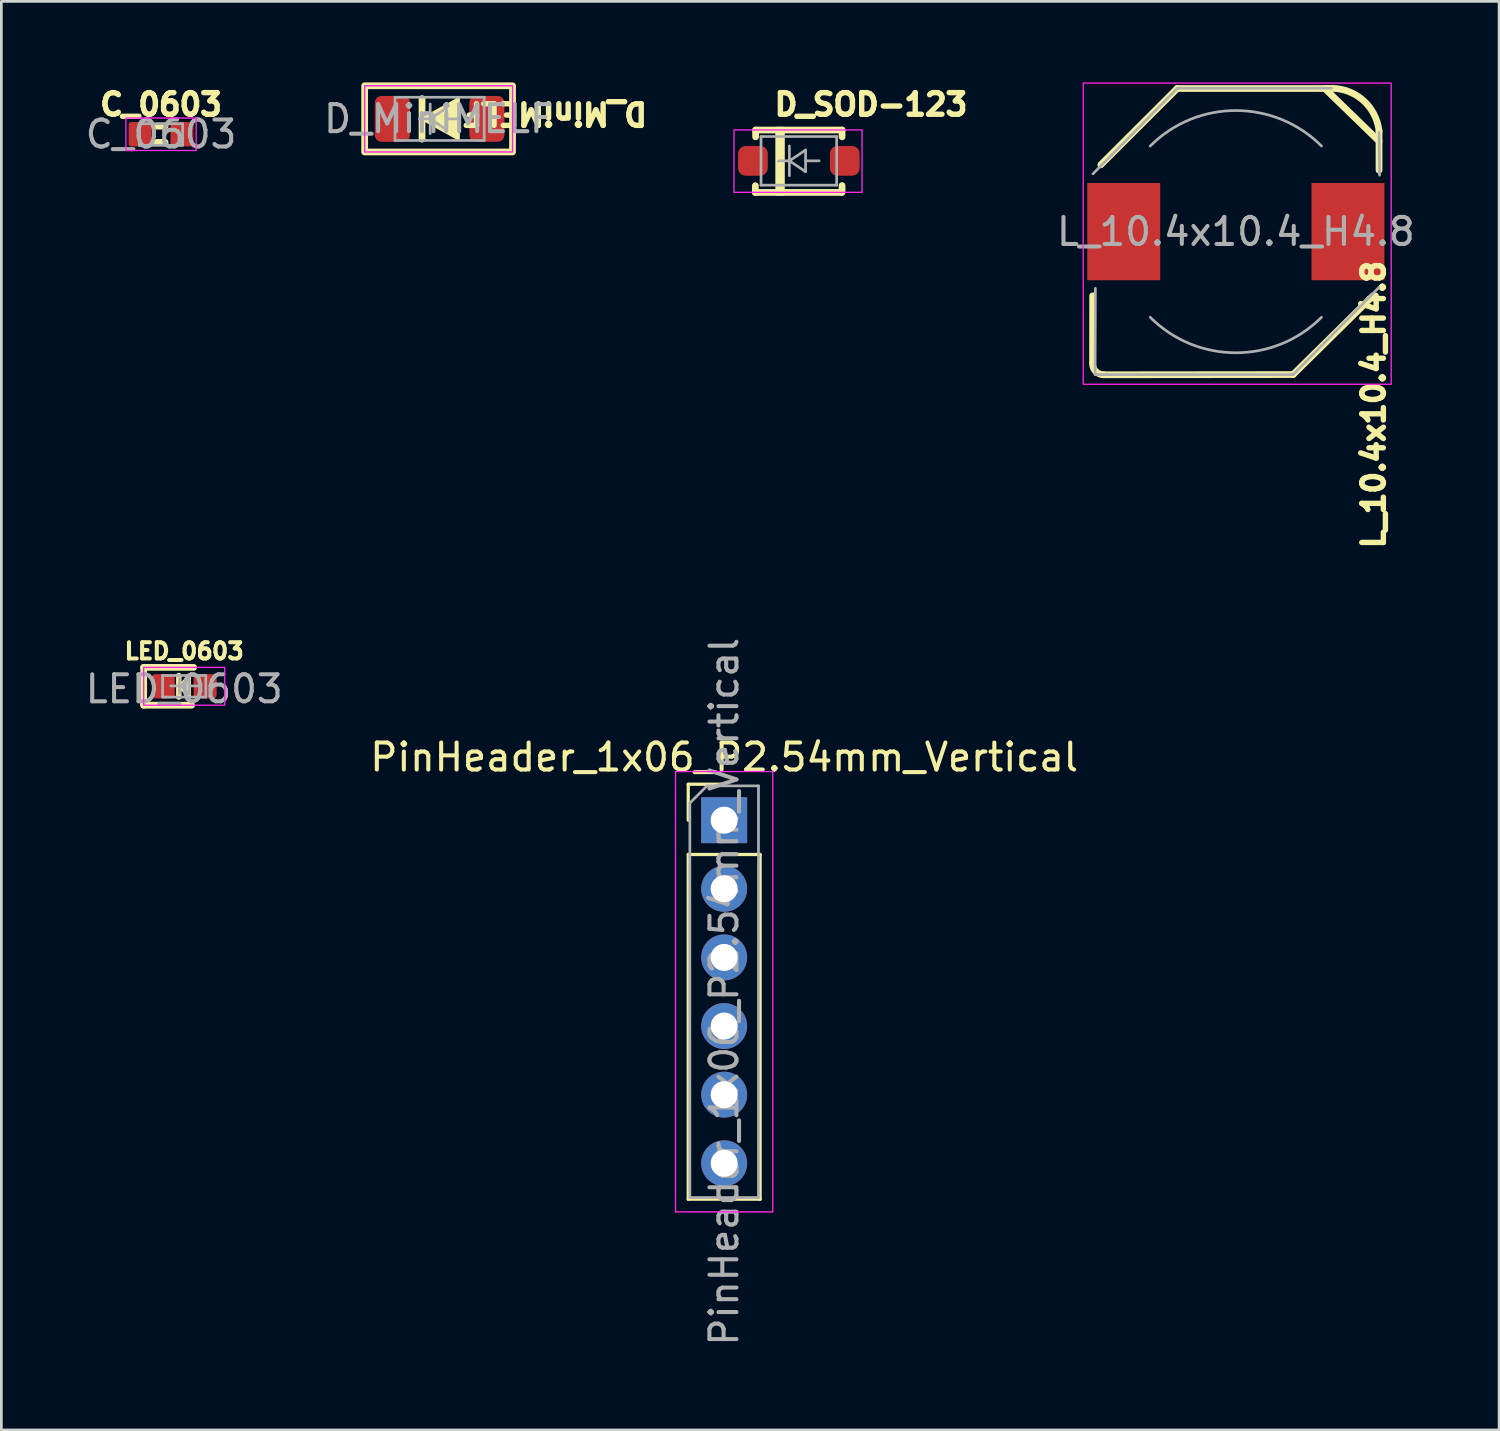
<source format=kicad_pcb>
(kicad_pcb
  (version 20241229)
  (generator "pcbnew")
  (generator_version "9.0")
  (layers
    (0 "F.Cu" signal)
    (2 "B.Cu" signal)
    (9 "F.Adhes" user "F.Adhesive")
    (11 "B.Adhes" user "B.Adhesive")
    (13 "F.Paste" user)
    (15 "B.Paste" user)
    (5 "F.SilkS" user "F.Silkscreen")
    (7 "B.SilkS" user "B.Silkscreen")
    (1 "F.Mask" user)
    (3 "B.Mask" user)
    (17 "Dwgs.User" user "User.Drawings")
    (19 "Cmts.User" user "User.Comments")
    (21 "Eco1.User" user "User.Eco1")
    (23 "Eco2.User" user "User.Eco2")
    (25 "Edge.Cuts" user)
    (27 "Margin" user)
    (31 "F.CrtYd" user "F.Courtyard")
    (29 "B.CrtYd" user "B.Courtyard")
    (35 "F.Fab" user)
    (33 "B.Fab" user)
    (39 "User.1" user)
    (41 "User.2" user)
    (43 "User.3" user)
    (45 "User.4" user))
  (footprint "PinHeader_1x06_P2.54mm_Vertical"
    (layer "F.Cu")
    (at 23.756 27.31)
    (property "Reference" "PinHeader_1x06_P2.54mm_Vertical" (at 0 -2.33 0) (layer "F.SilkS") (effects (font (size 1 1) (thickness 0.15))))
    (attr through_hole)
    (fp_line (start -1.33 -1.33) (end 0 -1.33) (stroke (width 0.12) (type solid)) (layer "F.SilkS"))
    (fp_line (start -1.33 0) (end -1.33 -1.33) (stroke (width 0.12) (type solid)) (layer "F.SilkS"))
    (fp_line (start -1.33 1.27) (end -1.33 14.03) (stroke (width 0.12) (type solid)) (layer "F.SilkS"))
    (fp_line (start -1.33 1.27) (end 1.33 1.27) (stroke (width 0.12) (type solid)) (layer "F.SilkS"))
    (fp_line (start -1.33 14.03) (end 1.33 14.03) (stroke (width 0.12) (type solid)) (layer "F.SilkS"))
    (fp_line (start 1.33 1.27) (end 1.33 14.03) (stroke (width 0.12) (type solid)) (layer "F.SilkS"))
    (fp_line (start -1.8 -1.8) (end -1.8 14.5) (stroke (width 0.05) (type solid)) (layer "F.CrtYd"))
    (fp_line (start -1.8 14.5) (end 1.8 14.5) (stroke (width 0.05) (type solid)) (layer "F.CrtYd"))
    (fp_line (start 1.8 -1.8) (end -1.8 -1.8) (stroke (width 0.05) (type solid)) (layer "F.CrtYd"))
    (fp_line (start 1.8 14.5) (end 1.8 -1.8) (stroke (width 0.05) (type solid)) (layer "F.CrtYd"))
    (fp_line (start -1.27 -0.635) (end -0.635 -1.27) (stroke (width 0.1) (type solid)) (layer "F.Fab"))
    (fp_line (start -1.27 13.97) (end -1.27 -0.635) (stroke (width 0.1) (type solid)) (layer "F.Fab"))
    (fp_line (start -0.635 -1.27) (end 1.27 -1.27) (stroke (width 0.1) (type solid)) (layer "F.Fab"))
    (fp_line (start 1.27 -1.27) (end 1.27 13.97) (stroke (width 0.1) (type solid)) (layer "F.Fab"))
    (fp_line (start 1.27 13.97) (end -1.27 13.97) (stroke (width 0.1) (type solid)) (layer "F.Fab"))
    (fp_text user "${REFERENCE}" (at 0 6.35 90) (layer "F.Fab") (effects (font (size 1 1) (thickness 0.15))))
    (pad "1" thru_hole rect (at 0 0) (size 1.7 1.7) (drill 1) (layers "*.Cu" "*.Mask"))
    (pad "2" thru_hole oval (at 0 2.54) (size 1.7 1.7) (drill 1) (layers "*.Cu" "*.Mask"))
    (pad "3" thru_hole oval (at 0 5.08) (size 1.7 1.7) (drill 1) (layers "*.Cu" "*.Mask"))
    (pad "4" thru_hole oval (at 0 7.62) (size 1.7 1.7) (drill 1) (layers "*.Cu" "*.Mask"))
    (pad "5" thru_hole oval (at 0 10.16) (size 1.7 1.7) (drill 1) (layers "*.Cu" "*.Mask"))
    (pad "6" thru_hole oval (at 0 12.7) (size 1.7 1.7) (drill 1) (layers "*.Cu" "*.Mask")))
  (footprint "D_MiniMELF"
    (layer "F.Cu")
    (at 13.185 1.35)
    (property "Reference" "D_MiniMELF" (at 4.3 -0.2 180) (unlocked yes) (layer "F.SilkS") (effects (font (size 0.8 0.8) (thickness 0.2) (bold yes))))
    (attr smd)
    (fp_line (start -0.613 -0.75) (end -0.613 0.75) (stroke (width 0.25) (type default)) (layer "F.SilkS"))
    (fp_rect (start -2.737 -1.225) (end 2.737 1.225) (stroke (width 0.25) (type default)) (fill no) (layer "F.SilkS"))
    (fp_poly (pts (xy -0.613 0) (xy 0.738 -0.75) (xy 0.738 0.75)) (stroke (width 0.1) (type solid)) (fill yes) (layer "F.SilkS"))
    (fp_rect (start -2.737 -1.225) (end 2.737 1.225) (stroke (width 0.05) (type default)) (fill no) (layer "F.CrtYd"))
    (fp_line (start -1.613 -0.8) (end 1.688 -0.8) (stroke (width 0.1) (type solid)) (layer "F.Fab"))
    (fp_line (start -1.613 0.8) (end -1.613 -0.8) (stroke (width 0.1) (type solid)) (layer "F.Fab"))
    (fp_line (start -0.713 0) (end -0.312 0) (stroke (width 0.1) (type solid)) (layer "F.Fab"))
    (fp_line (start -0.312 0) (end -0.312 -0.55) (stroke (width 0.1) (type solid)) (layer "F.Fab"))
    (fp_line (start -0.312 0) (end -0.312 0.55) (stroke (width 0.1) (type solid)) (layer "F.Fab"))
    (fp_line (start -0.312 0) (end 0.287 -0.4) (stroke (width 0.1) (type solid)) (layer "F.Fab"))
    (fp_line (start 0.287 -0.4) (end 0.287 0.4) (stroke (width 0.1) (type solid)) (layer "F.Fab"))
    (fp_line (start 0.287 0) (end 0.787 0) (stroke (width 0.1) (type solid)) (layer "F.Fab"))
    (fp_line (start 0.287 0.4) (end -0.312 0) (stroke (width 0.1) (type solid)) (layer "F.Fab"))
    (fp_line (start 1.688 -0.8) (end 1.688 0.8) (stroke (width 0.1) (type solid)) (layer "F.Fab"))
    (fp_line (start 1.688 0.8) (end -1.613 0.8) (stroke (width 0.1) (type solid)) (layer "F.Fab"))
    (fp_text user "${REFERENCE}" (at 0 0 0) (unlocked yes) (layer "F.Fab") (effects (font (size 1 1) (thickness 0.15))))
    (pad "1" smd roundrect (at 1.788 0) (size 1.3 1.7) (layers "F.Cu" "F.Mask" "F.Paste") (roundrect_rratio 0.192))
    (pad "2" smd roundrect (at -1.712 0) (size 1.3 1.7) (layers "F.Cu" "F.Mask" "F.Paste") (roundrect_rratio 0.192)))
  (footprint "L_10.4x10.4_H4.8"
    (layer "F.Cu")
    (at 42.697 5.525)
    (property "Reference" "L_10.4x10.4_H4.8" (at 5.1 6.4 270) (layer "F.SilkS") (effects (font (size 0.8 0.8) (thickness 0.2) (bold yes))))
    (attr smd)
    (fp_line (start -5.304 4.858) (end -5.3 2.375) (stroke (width 0.25) (type solid)) (layer "F.SilkS"))
    (fp_line (start -5 -2.475) (end -2.17 -5.3) (stroke (width 0.25) (type solid)) (layer "F.SilkS"))
    (fp_line (start -2.17 -5.3) (end 3.4 -5.3) (stroke (width 0.25) (type solid)) (layer "F.SilkS"))
    (fp_line (start 2.12 5.29) (end -4.884 5.298) (stroke (width 0.25) (type solid)) (layer "F.SilkS"))
    (fp_line (start 5.075 2.375) (end 2.12 5.29) (stroke (width 0.25) (type solid)) (layer "F.SilkS"))
    (fp_line (start 5.3 -3.72) (end 5.3 -2.275) (stroke (width 0.25) (type solid)) (layer "F.SilkS"))
    (fp_line (start 5.3 -3.35) (end 3.29 -5.3) (stroke (width 0.25) (type solid)) (layer "F.SilkS"))
    (fp_arc (start -4.883987 5.298352) (mid -5.189989 5.16999) (end -5.303987 4.858352) (stroke (width 0.25) (type solid)) (layer "F.SilkS"))
    (fp_arc (start 3.4 -5.3) (mid 4.671188 -4.896237) (end 5.3 -3.72) (stroke (width 0.25) (type solid)) (layer "F.SilkS"))
    (fp_rect (start -5.65 -5.5) (end 5.75 5.65) (stroke (width 0.05) (type solid)) (fill no) (layer "F.CrtYd"))
    (fp_line (start -5.21 5.29) (end -5.2 2.1) (stroke (width 0.1) (type solid)) (layer "F.Fab"))
    (fp_line (start -5.21 5.29) (end 2.12 5.29) (stroke (width 0.1) (type solid)) (layer "F.Fab"))
    (fp_line (start -2.16 -5.31) (end -5.29 -2.14) (stroke (width 0.1) (type solid)) (layer "F.Fab"))
    (fp_line (start -2.16 -5.31) (end 3.54 -5.31) (stroke (width 0.1) (type solid)) (layer "F.Fab"))
    (fp_line (start 2.12 5.29) (end 5.29 2.07) (stroke (width 0.1) (type solid)) (layer "F.Fab"))
    (fp_line (start 5.3 -3.68) (end 5.32 -2.09) (stroke (width 0.1) (type solid)) (layer "F.Fab"))
    (fp_arc (start -3.17 -3.17) (mid 0 -4.483057) (end 3.17 -3.17) (stroke (width 0.1) (type solid)) (layer "F.Fab"))
    (fp_arc (start 3.17 3.17) (mid 0 4.483057) (end -3.17 3.17) (stroke (width 0.1) (type solid)) (layer "F.Fab"))
    (fp_text user "${REFERENCE}" (at 0 0 180) (layer "F.Fab") (effects (font (size 1 1) (thickness 0.15))))
    (pad "1" smd rect (at -4.15 0) (size 2.7 3.6) (layers "F.Cu" "F.Mask" "F.Paste"))
    (pad "2" smd rect (at 4.15 0) (size 2.7 3.6) (layers "F.Cu" "F.Mask" "F.Paste")))
  (footprint "LED_0603"
    (layer "F.Cu")
    (at 3.768 22.354)
    (property "Reference" "LED_0603" (at 0 -1.3 0) (unlocked yes) (layer "F.SilkS") (effects (font (size 0.6 0.6) (thickness 0.15) (bold yes))))
    (attr smd)
    (fp_line (start -1.5 -0.7) (end -1.5 0.7) (stroke (width 0.25) (type default)) (layer "F.SilkS"))
    (fp_line (start -1.5 -0.7) (end 0.35 -0.7) (stroke (width 0.25) (type default)) (layer "F.SilkS"))
    (fp_line (start -1.5 0.7) (end 0.275 0.7) (stroke (width 0.25) (type default)) (layer "F.SilkS"))
    (fp_line (start -0.2 -0.4) (end -0.2 0.4) (stroke (width 0.2) (type default)) (layer "F.SilkS"))
    (fp_poly (pts (xy -0.2 0) (xy 0.2 -0.4) (xy 0.2 0.4)) (stroke (width 0.1) (type solid)) (fill yes) (layer "F.SilkS"))
    (fp_rect (start -1.5 -0.7) (end 1.5 0.7) (stroke (width 0.05) (type default)) (fill no) (layer "F.CrtYd"))
    (fp_line (start -0.8 -0.4) (end 0.8 -0.4) (stroke (width 0.1) (type solid)) (layer "F.Fab"))
    (fp_line (start -0.8 0.4) (end -0.8 -0.4) (stroke (width 0.1) (type solid)) (layer "F.Fab"))
    (fp_line (start -0.175 -0.287) (end -0.175 0.263) (stroke (width 0.1) (type default)) (layer "F.Fab"))
    (fp_line (start -0.175 -0.013) (end -0.5 -0.013) (stroke (width 0.1) (type default)) (layer "F.Fab"))
    (fp_line (start 0.525 -0.013) (end 0.2 -0.013) (stroke (width 0.1) (type default)) (layer "F.Fab"))
    (fp_line (start 0.8 -0.4) (end 0.8 0.4) (stroke (width 0.1) (type solid)) (layer "F.Fab"))
    (fp_line (start 0.8 0.4) (end -0.8 0.4) (stroke (width 0.1) (type solid)) (layer "F.Fab"))
    (fp_poly (pts (xy -0.125 -0.013) (xy 0.175 -0.312) (xy 0.175 0.287)) (stroke (width 0.1) (type solid)) (fill no) (layer "F.Fab"))
    (fp_text user "${REFERENCE}" (at 0 0.1 0) (unlocked yes) (layer "F.Fab") (effects (font (size 1 1) (thickness 0.15))))
    (pad "1" smd roundrect (at 0.775 0) (size 0.85 0.9) (layers "F.Cu" "F.Mask" "F.Paste") (roundrect_rratio 0.15))
    (pad "2" smd roundrect (at -0.775 0) (size 0.85 0.9) (layers "F.Cu" "F.Mask" "F.Paste") (roundrect_rratio 0.15)))
  (footprint "D_SOD-123"
    (layer "F.Cu")
    (at 26.49 2.919)
    (property "Reference" "D_SOD-123" (at 2.7 -2.1 180) (layer "F.SilkS") (effects (font (size 0.8 0.8) (thickness 0.2))))
    (attr smd)
    (fp_line (start -1.58 1.155) (end -1.58 0.905) (stroke (width 0.25) (type solid)) (layer "F.SilkS"))
    (fp_line (start -1.57 -1.155) (end -1.57 -0.905) (stroke (width 0.25) (type solid)) (layer "F.SilkS"))
    (fp_line (start -1.57 -1.155) (end 1.63 -1.155) (stroke (width 0.25) (type solid)) (layer "F.SilkS"))
    (fp_line (start 1.62 1.155) (end -1.58 1.155) (stroke (width 0.25) (type solid)) (layer "F.SilkS"))
    (fp_line (start 1.63 -1.155) (end 1.63 -0.905) (stroke (width 0.25) (type solid)) (layer "F.SilkS"))
    (fp_line (start 1.63 0.9) (end 1.63 1.15) (stroke (width 0.25) (type solid)) (layer "F.SilkS"))
    (fp_rect (start -0.78 -1.215) (end -0.55 1.215) (stroke (width 0.12) (type solid)) (fill yes) (layer "F.SilkS"))
    (fp_rect (start -2.37 -1.16) (end 2.37 1.15) (stroke (width 0.05) (type solid)) (fill no) (layer "F.CrtYd"))
    (fp_line (start -1.37 -0.915) (end 1.43 -0.915) (stroke (width 0.1) (type solid)) (layer "F.Fab"))
    (fp_line (start -1.37 0.885) (end -1.37 -0.915) (stroke (width 0.1) (type solid)) (layer "F.Fab"))
    (fp_line (start -0.72 -0.015) (end -0.32 -0.015) (stroke (width 0.1) (type solid)) (layer "F.Fab"))
    (fp_line (start -0.32 -0.015) (end -0.32 -0.565) (stroke (width 0.1) (type solid)) (layer "F.Fab"))
    (fp_line (start -0.32 -0.015) (end -0.32 0.535) (stroke (width 0.1) (type solid)) (layer "F.Fab"))
    (fp_line (start -0.32 -0.015) (end 0.28 -0.415) (stroke (width 0.1) (type solid)) (layer "F.Fab"))
    (fp_line (start 0.28 -0.415) (end 0.28 0.385) (stroke (width 0.1) (type solid)) (layer "F.Fab"))
    (fp_line (start 0.28 -0.015) (end 0.78 -0.015) (stroke (width 0.1) (type solid)) (layer "F.Fab"))
    (fp_line (start 0.28 0.385) (end -0.32 -0.015) (stroke (width 0.1) (type solid)) (layer "F.Fab"))
    (fp_line (start 1.43 -0.915) (end 1.43 0.885) (stroke (width 0.1) (type solid)) (layer "F.Fab"))
    (fp_line (start 1.43 0.885) (end -1.37 0.885) (stroke (width 0.1) (type solid)) (layer "F.Fab"))
    (pad "1" smd roundrect (at 1.73 -0.015) (size 1.1 1.1) (layers "F.Cu" "F.Mask" "F.Paste") (roundrect_rratio 0.25))
    (pad "2" smd roundrect (at -1.67 -0.015) (size 1.1 1.1) (layers "F.Cu" "F.Mask" "F.Paste") (roundrect_rratio 0.25)))
  (footprint "C_0603"
    (layer "F.Cu")
    (at 2.911 1.919)
    (property "Reference" "C_0603" (at -0.000001 -1.1 0) (unlocked yes) (layer "F.SilkS") (effects (font (size 0.8 0.8) (thickness 0.2) (bold yes))))
    (attr smd)
    (fp_line (start -0.15 -0.3) (end 0.15 -0.3) (stroke (width 0.25) (type default)) (layer "F.SilkS"))
    (fp_line (start -0.15 0.3) (end 0.15 0.3) (stroke (width 0.25) (type default)) (layer "F.SilkS"))
    (fp_rect (start -1.3 -0.6) (end 1.3 0.6) (stroke (width 0.05) (type default)) (fill no) (layer "F.CrtYd"))
    (fp_line (start -0.8 -0.39) (end 0.8 -0.39) (stroke (width 0.1) (type solid)) (layer "F.Fab"))
    (fp_line (start -0.8 0.41) (end -0.8 -0.39) (stroke (width 0.1) (type solid)) (layer "F.Fab"))
    (fp_line (start 0.8 -0.39) (end 0.8 0.41) (stroke (width 0.1) (type solid)) (layer "F.Fab"))
    (fp_line (start 0.8 0.41) (end -0.8 0.41) (stroke (width 0.1) (type solid)) (layer "F.Fab"))
    (fp_text user "${REFERENCE}" (at 0 0 0) (unlocked yes) (layer "F.Fab") (effects (font (size 1 1) (thickness 0.15))))
    (pad "1" smd roundrect (at -0.775 0) (size 0.85 0.9) (layers "F.Cu" "F.Mask" "F.Paste") (roundrect_rratio 0.1))
    (pad "2" smd roundrect (at 0.775 0) (size 0.85 0.9) (layers "F.Cu" "F.Mask" "F.Paste") (roundrect_rratio 0.1)))
  (gr_rect
    (start -3 -3)
    (end 52.441 49.881)
    (stroke (width 0.1) (type default))
    (fill no)
    (layer "Edge.Cuts")))
</source>
